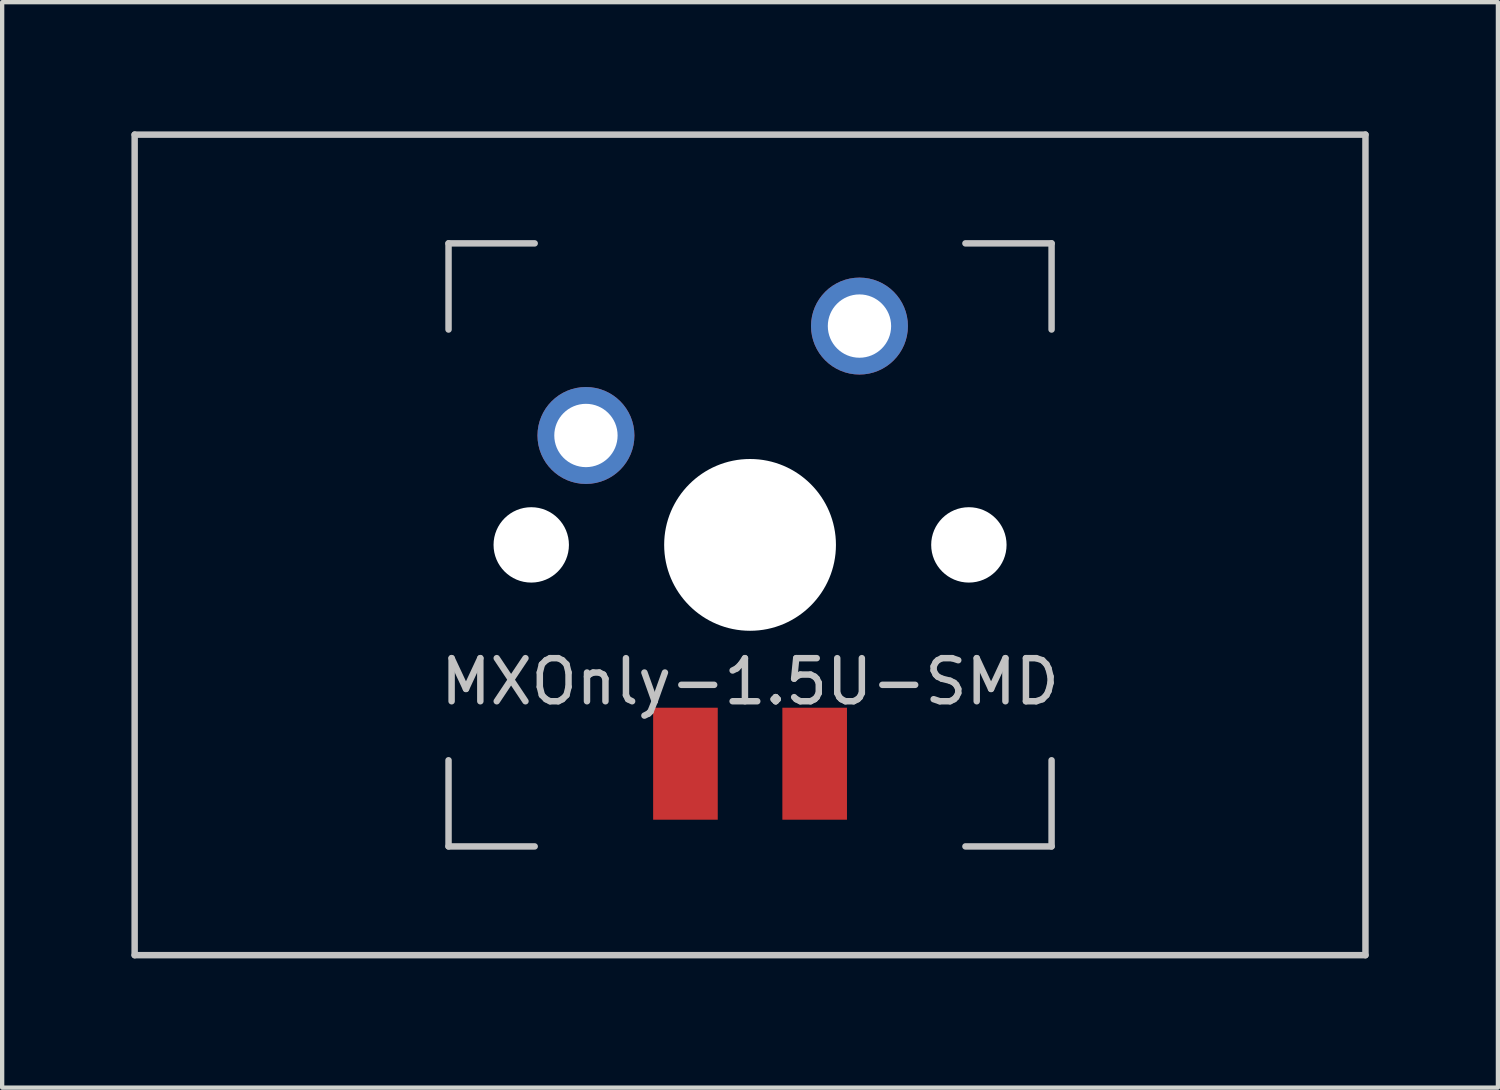
<source format=kicad_pcb>
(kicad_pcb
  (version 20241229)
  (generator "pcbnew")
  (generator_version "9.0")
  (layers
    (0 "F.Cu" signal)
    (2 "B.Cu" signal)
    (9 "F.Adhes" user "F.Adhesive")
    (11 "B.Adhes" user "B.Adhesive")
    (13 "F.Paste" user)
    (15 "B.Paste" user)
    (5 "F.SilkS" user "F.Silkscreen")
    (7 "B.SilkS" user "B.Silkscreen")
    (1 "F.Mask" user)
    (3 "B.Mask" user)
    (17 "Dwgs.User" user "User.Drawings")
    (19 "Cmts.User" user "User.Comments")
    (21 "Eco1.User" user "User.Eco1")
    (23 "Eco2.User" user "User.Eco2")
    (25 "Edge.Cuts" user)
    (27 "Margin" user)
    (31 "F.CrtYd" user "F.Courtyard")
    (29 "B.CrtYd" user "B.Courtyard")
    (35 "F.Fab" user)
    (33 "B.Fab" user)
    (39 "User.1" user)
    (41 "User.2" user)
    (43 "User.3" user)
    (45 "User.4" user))
  (footprint "MXOnly-1.5U-SMD"
    (layer "F.Cu")
    (at 14.363 9.6)
    (property "Reference" "MXOnly-1.5U-SMD" (at 0 3.175 0) (layer "Dwgs.User") (effects (font (size 1 1) (thickness 0.15))))
    (attr through_hole)
    (fp_line (start -14.287 -9.525) (end 14.287 -9.525) (stroke (width 0.15) (type solid)) (layer "Dwgs.User"))
    (fp_line (start -14.287 9.525) (end -14.287 -9.525) (stroke (width 0.15) (type solid)) (layer "Dwgs.User"))
    (fp_line (start -14.287 9.525) (end 14.287 9.525) (stroke (width 0.15) (type solid)) (layer "Dwgs.User"))
    (fp_line (start -7 -7) (end -7 -5) (stroke (width 0.15) (type solid)) (layer "Dwgs.User"))
    (fp_line (start -7 5) (end -7 7) (stroke (width 0.15) (type solid)) (layer "Dwgs.User"))
    (fp_line (start -7 7) (end -5 7) (stroke (width 0.15) (type solid)) (layer "Dwgs.User"))
    (fp_line (start -5 -7) (end -7 -7) (stroke (width 0.15) (type solid)) (layer "Dwgs.User"))
    (fp_line (start 5 -7) (end 7 -7) (stroke (width 0.15) (type solid)) (layer "Dwgs.User"))
    (fp_line (start 5 7) (end 7 7) (stroke (width 0.15) (type solid)) (layer "Dwgs.User"))
    (fp_line (start 7 -7) (end 7 -5) (stroke (width 0.15) (type solid)) (layer "Dwgs.User"))
    (fp_line (start 7 7) (end 7 5) (stroke (width 0.15) (type solid)) (layer "Dwgs.User"))
    (fp_line (start 14.287 -9.525) (end 14.287 9.525) (stroke (width 0.15) (type solid)) (layer "Dwgs.User"))
    (pad "" np_thru_hole circle (at -5.08 0 48.1) (size 1.75 1.75) (drill 1.75) (layers "*.Cu" "*.Mask"))
    (pad "" np_thru_hole circle (at 0 0) (size 3.988 3.988) (drill 3.988) (layers "*.Cu" "*.Mask"))
    (pad "" np_thru_hole circle (at 5.08 0 48.1) (size 1.75 1.75) (drill 1.75) (layers "*.Cu" "*.Mask"))
    (pad "1" thru_hole circle (at -3.81 -2.54) (size 2.25 2.25) (drill 1.47) (layers "*.Cu" "B.Mask"))
    (pad "2" thru_hole circle (at 2.54 -5.08) (size 2.25 2.25) (drill 1.47) (layers "*.Cu" "B.Mask"))
    (pad "3" smd rect (at -1.5 5.08) (size 1.5 2.6) (layers "F.Cu" "F.Mask" "F.Paste"))
    (pad "4" smd rect (at 1.5 5.08) (size 1.5 2.6) (layers "F.Cu" "F.Mask" "F.Paste")))
  (gr_rect
    (start -3 -3)
    (end 31.725 22.2)
    (stroke (width 0.1) (type default))
    (fill no)
    (layer "Edge.Cuts")))
</source>
